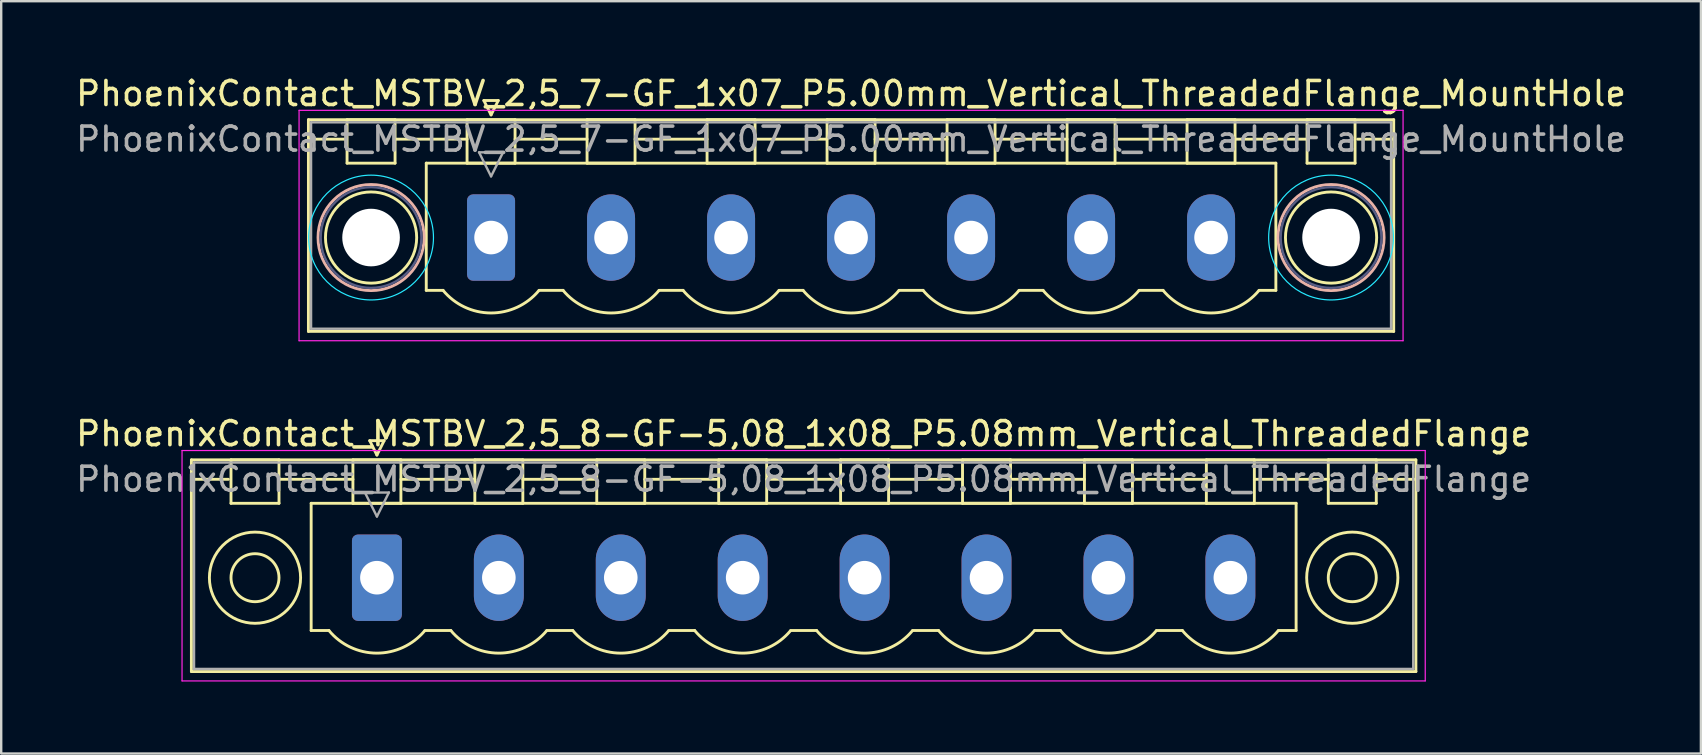
<source format=kicad_pcb>
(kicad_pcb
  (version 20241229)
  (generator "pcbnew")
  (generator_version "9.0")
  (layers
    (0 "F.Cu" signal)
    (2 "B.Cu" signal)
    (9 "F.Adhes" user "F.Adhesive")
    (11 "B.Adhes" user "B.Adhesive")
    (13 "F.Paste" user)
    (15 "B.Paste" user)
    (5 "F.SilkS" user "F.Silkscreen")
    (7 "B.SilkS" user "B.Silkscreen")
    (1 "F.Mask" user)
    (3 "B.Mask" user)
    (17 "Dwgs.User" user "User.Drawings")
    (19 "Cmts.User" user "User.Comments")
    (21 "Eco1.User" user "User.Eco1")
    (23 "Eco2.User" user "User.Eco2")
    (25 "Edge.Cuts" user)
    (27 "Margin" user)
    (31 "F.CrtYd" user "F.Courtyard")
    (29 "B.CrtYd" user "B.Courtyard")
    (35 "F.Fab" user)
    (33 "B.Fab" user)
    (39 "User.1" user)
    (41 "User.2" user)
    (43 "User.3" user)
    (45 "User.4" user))
  (footprint "PhoenixContact_MSTBV_2,5_8-GF-5,08_1x08_P5.08mm_Vertical_ThreadedFlange"
    (layer "F.Cu")
    (at 12.655 21.021)
    (property "Reference" "PhoenixContact_MSTBV_2,5_8-GF-5,08_1x08_P5.08mm_Vertical_ThreadedFlange" (at 17.78 -6 0) (layer "F.SilkS") (effects (font (size 1 1) (thickness 0.15))))
    (attr through_hole)
    (fp_line (start -7.73 -4.91) (end -7.73 3.91) (stroke (width 0.12) (type solid)) (layer "F.SilkS"))
    (fp_line (start -7.73 -4.1) (end -6.19 -4.1) (stroke (width 0.12) (type solid)) (layer "F.SilkS"))
    (fp_line (start -7.73 3.91) (end 43.29 3.91) (stroke (width 0.12) (type solid)) (layer "F.SilkS"))
    (fp_line (start -6.08 -4.91) (end -4.08 -4.91) (stroke (width 0.12) (type solid)) (layer "F.SilkS"))
    (fp_line (start -6.08 -3.1) (end -6.08 -4.91) (stroke (width 0.12) (type solid)) (layer "F.SilkS"))
    (fp_line (start -4.08 -4.91) (end -4.08 -3.1) (stroke (width 0.12) (type solid)) (layer "F.SilkS"))
    (fp_line (start -4.08 -4.1) (end -1 -4.1) (stroke (width 0.12) (type solid)) (layer "F.SilkS"))
    (fp_line (start -4.08 -3.1) (end -6.08 -3.1) (stroke (width 0.12) (type solid)) (layer "F.SilkS"))
    (fp_line (start -2.74 -3.1) (end 38.3 -3.1) (stroke (width 0.12) (type solid)) (layer "F.SilkS"))
    (fp_line (start -2.74 2.2) (end -2.74 -3.1) (stroke (width 0.12) (type solid)) (layer "F.SilkS"))
    (fp_line (start -2 2.2) (end -2.74 2.2) (stroke (width 0.12) (type solid)) (layer "F.SilkS"))
    (fp_line (start -1 -4.91) (end 1 -4.91) (stroke (width 0.12) (type solid)) (layer "F.SilkS"))
    (fp_line (start -1 -3.1) (end -1 -4.91) (stroke (width 0.12) (type solid)) (layer "F.SilkS"))
    (fp_line (start -0.3 -5.71) (end 0.3 -5.71) (stroke (width 0.12) (type solid)) (layer "F.SilkS"))
    (fp_line (start 0 -5.11) (end -0.3 -5.71) (stroke (width 0.12) (type solid)) (layer "F.SilkS"))
    (fp_line (start 0.3 -5.71) (end 0 -5.11) (stroke (width 0.12) (type solid)) (layer "F.SilkS"))
    (fp_line (start 1 -4.91) (end 1 -3.1) (stroke (width 0.12) (type solid)) (layer "F.SilkS"))
    (fp_line (start 1 -4.1) (end 4.08 -4.1) (stroke (width 0.12) (type solid)) (layer "F.SilkS"))
    (fp_line (start 1 -3.1) (end -1 -3.1) (stroke (width 0.12) (type solid)) (layer "F.SilkS"))
    (fp_line (start 2 2.2) (end 3.08 2.2) (stroke (width 0.12) (type solid)) (layer "F.SilkS"))
    (fp_line (start 4.08 -4.91) (end 6.08 -4.91) (stroke (width 0.12) (type solid)) (layer "F.SilkS"))
    (fp_line (start 4.08 -3.1) (end 4.08 -4.91) (stroke (width 0.12) (type solid)) (layer "F.SilkS"))
    (fp_line (start 6.08 -4.91) (end 6.08 -3.1) (stroke (width 0.12) (type solid)) (layer "F.SilkS"))
    (fp_line (start 6.08 -4.1) (end 9.16 -4.1) (stroke (width 0.12) (type solid)) (layer "F.SilkS"))
    (fp_line (start 6.08 -3.1) (end 4.08 -3.1) (stroke (width 0.12) (type solid)) (layer "F.SilkS"))
    (fp_line (start 7.08 2.2) (end 8.16 2.2) (stroke (width 0.12) (type solid)) (layer "F.SilkS"))
    (fp_line (start 9.16 -4.91) (end 11.16 -4.91) (stroke (width 0.12) (type solid)) (layer "F.SilkS"))
    (fp_line (start 9.16 -3.1) (end 9.16 -4.91) (stroke (width 0.12) (type solid)) (layer "F.SilkS"))
    (fp_line (start 11.16 -4.91) (end 11.16 -3.1) (stroke (width 0.12) (type solid)) (layer "F.SilkS"))
    (fp_line (start 11.16 -4.1) (end 14.24 -4.1) (stroke (width 0.12) (type solid)) (layer "F.SilkS"))
    (fp_line (start 11.16 -3.1) (end 9.16 -3.1) (stroke (width 0.12) (type solid)) (layer "F.SilkS"))
    (fp_line (start 12.16 2.2) (end 13.24 2.2) (stroke (width 0.12) (type solid)) (layer "F.SilkS"))
    (fp_line (start 14.24 -4.91) (end 16.24 -4.91) (stroke (width 0.12) (type solid)) (layer "F.SilkS"))
    (fp_line (start 14.24 -3.1) (end 14.24 -4.91) (stroke (width 0.12) (type solid)) (layer "F.SilkS"))
    (fp_line (start 16.24 -4.91) (end 16.24 -3.1) (stroke (width 0.12) (type solid)) (layer "F.SilkS"))
    (fp_line (start 16.24 -4.1) (end 19.32 -4.1) (stroke (width 0.12) (type solid)) (layer "F.SilkS"))
    (fp_line (start 16.24 -3.1) (end 14.24 -3.1) (stroke (width 0.12) (type solid)) (layer "F.SilkS"))
    (fp_line (start 17.24 2.2) (end 18.32 2.2) (stroke (width 0.12) (type solid)) (layer "F.SilkS"))
    (fp_line (start 19.32 -4.91) (end 21.32 -4.91) (stroke (width 0.12) (type solid)) (layer "F.SilkS"))
    (fp_line (start 19.32 -3.1) (end 19.32 -4.91) (stroke (width 0.12) (type solid)) (layer "F.SilkS"))
    (fp_line (start 21.32 -4.91) (end 21.32 -3.1) (stroke (width 0.12) (type solid)) (layer "F.SilkS"))
    (fp_line (start 21.32 -4.1) (end 24.4 -4.1) (stroke (width 0.12) (type solid)) (layer "F.SilkS"))
    (fp_line (start 21.32 -3.1) (end 19.32 -3.1) (stroke (width 0.12) (type solid)) (layer "F.SilkS"))
    (fp_line (start 22.32 2.2) (end 23.4 2.2) (stroke (width 0.12) (type solid)) (layer "F.SilkS"))
    (fp_line (start 24.4 -4.91) (end 26.4 -4.91) (stroke (width 0.12) (type solid)) (layer "F.SilkS"))
    (fp_line (start 24.4 -3.1) (end 24.4 -4.91) (stroke (width 0.12) (type solid)) (layer "F.SilkS"))
    (fp_line (start 26.4 -4.91) (end 26.4 -3.1) (stroke (width 0.12) (type solid)) (layer "F.SilkS"))
    (fp_line (start 26.4 -4.1) (end 29.48 -4.1) (stroke (width 0.12) (type solid)) (layer "F.SilkS"))
    (fp_line (start 26.4 -3.1) (end 24.4 -3.1) (stroke (width 0.12) (type solid)) (layer "F.SilkS"))
    (fp_line (start 27.4 2.2) (end 28.48 2.2) (stroke (width 0.12) (type solid)) (layer "F.SilkS"))
    (fp_line (start 29.48 -4.91) (end 31.48 -4.91) (stroke (width 0.12) (type solid)) (layer "F.SilkS"))
    (fp_line (start 29.48 -3.1) (end 29.48 -4.91) (stroke (width 0.12) (type solid)) (layer "F.SilkS"))
    (fp_line (start 31.48 -4.91) (end 31.48 -3.1) (stroke (width 0.12) (type solid)) (layer "F.SilkS"))
    (fp_line (start 31.48 -4.1) (end 34.56 -4.1) (stroke (width 0.12) (type solid)) (layer "F.SilkS"))
    (fp_line (start 31.48 -3.1) (end 29.48 -3.1) (stroke (width 0.12) (type solid)) (layer "F.SilkS"))
    (fp_line (start 32.48 2.2) (end 33.56 2.2) (stroke (width 0.12) (type solid)) (layer "F.SilkS"))
    (fp_line (start 34.56 -4.91) (end 36.56 -4.91) (stroke (width 0.12) (type solid)) (layer "F.SilkS"))
    (fp_line (start 34.56 -3.1) (end 34.56 -4.91) (stroke (width 0.12) (type solid)) (layer "F.SilkS"))
    (fp_line (start 36.56 -4.91) (end 36.56 -3.1) (stroke (width 0.12) (type solid)) (layer "F.SilkS"))
    (fp_line (start 36.56 -4.1) (end 39.64 -4.1) (stroke (width 0.12) (type solid)) (layer "F.SilkS"))
    (fp_line (start 36.56 -3.1) (end 34.56 -3.1) (stroke (width 0.12) (type solid)) (layer "F.SilkS"))
    (fp_line (start 38.3 -3.1) (end 38.3 2.2) (stroke (width 0.12) (type solid)) (layer "F.SilkS"))
    (fp_line (start 38.3 2.2) (end 37.56 2.2) (stroke (width 0.12) (type solid)) (layer "F.SilkS"))
    (fp_line (start 39.64 -4.91) (end 41.64 -4.91) (stroke (width 0.12) (type solid)) (layer "F.SilkS"))
    (fp_line (start 39.64 -3.1) (end 39.64 -4.91) (stroke (width 0.12) (type solid)) (layer "F.SilkS"))
    (fp_line (start 41.64 -4.91) (end 41.64 -3.1) (stroke (width 0.12) (type solid)) (layer "F.SilkS"))
    (fp_line (start 41.64 -3.1) (end 39.64 -3.1) (stroke (width 0.12) (type solid)) (layer "F.SilkS"))
    (fp_line (start 43.29 -4.91) (end -7.73 -4.91) (stroke (width 0.12) (type solid)) (layer "F.SilkS"))
    (fp_line (start 43.29 -4.1) (end 41.75 -4.1) (stroke (width 0.12) (type solid)) (layer "F.SilkS"))
    (fp_line (start 43.29 3.91) (end 43.29 -4.91) (stroke (width 0.12) (type solid)) (layer "F.SilkS"))
    (fp_arc (start 1.986842 2.215821) (mid -0.010289 3.142758) (end -2 2.2) (stroke (width 0.12) (type solid)) (layer "F.SilkS"))
    (fp_arc (start 7.066842 2.215821) (mid 5.069711 3.142758) (end 3.08 2.2) (stroke (width 0.12) (type solid)) (layer "F.SilkS"))
    (fp_arc (start 12.146842 2.215821) (mid 10.149711 3.142758) (end 8.16 2.2) (stroke (width 0.12) (type solid)) (layer "F.SilkS"))
    (fp_arc (start 17.226842 2.215821) (mid 15.229711 3.142758) (end 13.24 2.2) (stroke (width 0.12) (type solid)) (layer "F.SilkS"))
    (fp_arc (start 22.306842 2.215821) (mid 20.309711 3.142758) (end 18.32 2.2) (stroke (width 0.12) (type solid)) (layer "F.SilkS"))
    (fp_arc (start 27.386842 2.215821) (mid 25.389711 3.142758) (end 23.4 2.2) (stroke (width 0.12) (type solid)) (layer "F.SilkS"))
    (fp_arc (start 32.466842 2.215821) (mid 30.469711 3.142758) (end 28.48 2.2) (stroke (width 0.12) (type solid)) (layer "F.SilkS"))
    (fp_arc (start 37.546842 2.215821) (mid 35.549711 3.142758) (end 33.56 2.2) (stroke (width 0.12) (type solid)) (layer "F.SilkS"))
    (fp_circle (center -5.08 0) (end -4.08 0) (stroke (width 0.12) (type solid)) (fill no) (layer "F.SilkS"))
    (fp_circle (center -5.08 0) (end -3.18 0) (stroke (width 0.12) (type solid)) (fill no) (layer "F.SilkS"))
    (fp_circle (center 40.64 0) (end 41.64 0) (stroke (width 0.12) (type solid)) (fill no) (layer "F.SilkS"))
    (fp_circle (center 40.64 0) (end 42.54 0) (stroke (width 0.12) (type solid)) (fill no) (layer "F.SilkS"))
    (fp_line (start -8.12 -5.3) (end -8.12 4.3) (stroke (width 0.05) (type solid)) (layer "F.CrtYd"))
    (fp_line (start -8.12 4.3) (end 43.68 4.3) (stroke (width 0.05) (type solid)) (layer "F.CrtYd"))
    (fp_line (start 43.68 -5.3) (end -8.12 -5.3) (stroke (width 0.05) (type solid)) (layer "F.CrtYd"))
    (fp_line (start 43.68 4.3) (end 43.68 -5.3) (stroke (width 0.05) (type solid)) (layer "F.CrtYd"))
    (fp_line (start -7.62 -4.8) (end -7.62 3.8) (stroke (width 0.1) (type solid)) (layer "F.Fab"))
    (fp_line (start -7.62 3.8) (end 43.18 3.8) (stroke (width 0.1) (type solid)) (layer "F.Fab"))
    (fp_line (start -0.5 -3.55) (end 0.5 -3.55) (stroke (width 0.1) (type solid)) (layer "F.Fab"))
    (fp_line (start 0 -2.55) (end -0.5 -3.55) (stroke (width 0.1) (type solid)) (layer "F.Fab"))
    (fp_line (start 0.5 -3.55) (end 0 -2.55) (stroke (width 0.1) (type solid)) (layer "F.Fab"))
    (fp_line (start 43.18 -4.8) (end -7.62 -4.8) (stroke (width 0.1) (type solid)) (layer "F.Fab"))
    (fp_line (start 43.18 3.8) (end 43.18 -4.8) (stroke (width 0.1) (type solid)) (layer "F.Fab"))
    (fp_text user "${REFERENCE}" (at 17.78 -4.1 0) (layer "F.Fab") (effects (font (size 1 1) (thickness 0.15))))
    (pad "1" thru_hole roundrect (at 0 0) (size 2.08 3.6) (drill 1.4) (layers "*.Cu" "*.Mask") (roundrect_rratio 0.12))
    (pad "2" thru_hole oval (at 5.08 0) (size 2.08 3.6) (drill 1.4) (layers "*.Cu" "*.Mask"))
    (pad "3" thru_hole oval (at 10.16 0) (size 2.08 3.6) (drill 1.4) (layers "*.Cu" "*.Mask"))
    (pad "4" thru_hole oval (at 15.24 0) (size 2.08 3.6) (drill 1.4) (layers "*.Cu" "*.Mask"))
    (pad "5" thru_hole oval (at 20.32 0) (size 2.08 3.6) (drill 1.4) (layers "*.Cu" "*.Mask"))
    (pad "6" thru_hole oval (at 25.4 0) (size 2.08 3.6) (drill 1.4) (layers "*.Cu" "*.Mask"))
    (pad "7" thru_hole oval (at 30.48 0) (size 2.08 3.6) (drill 1.4) (layers "*.Cu" "*.Mask"))
    (pad "8" thru_hole oval (at 35.56 0) (size 2.08 3.6) (drill 1.4) (layers "*.Cu" "*.Mask")))
  (footprint "PhoenixContact_MSTBV_2,5_7-GF_1x07_P5.00mm_Vertical_ThreadedFlange_MountHole"
    (layer "F.Cu")
    (at 17.411 6.848)
    (property "Reference" "PhoenixContact_MSTBV_2,5_7-GF_1x07_P5.00mm_Vertical_ThreadedFlange_MountHole" (at 15 -6 0) (layer "F.SilkS") (effects (font (size 1 1) (thickness 0.15))))
    (attr through_hole)
    (fp_line (start -7.61 -4.91) (end -7.61 3.91) (stroke (width 0.12) (type solid)) (layer "F.SilkS"))
    (fp_line (start -7.61 -4.1) (end -6.11 -4.1) (stroke (width 0.12) (type solid)) (layer "F.SilkS"))
    (fp_line (start -7.61 3.91) (end 37.61 3.91) (stroke (width 0.12) (type solid)) (layer "F.SilkS"))
    (fp_line (start -6 -4.91) (end -4 -4.91) (stroke (width 0.12) (type solid)) (layer "F.SilkS"))
    (fp_line (start -6 -3.1) (end -6 -4.91) (stroke (width 0.12) (type solid)) (layer "F.SilkS"))
    (fp_line (start -4 -4.91) (end -4 -3.1) (stroke (width 0.12) (type solid)) (layer "F.SilkS"))
    (fp_line (start -4 -4.1) (end -1 -4.1) (stroke (width 0.12) (type solid)) (layer "F.SilkS"))
    (fp_line (start -4 -3.1) (end -6 -3.1) (stroke (width 0.12) (type solid)) (layer "F.SilkS"))
    (fp_line (start -2.7 -3.1) (end 32.7 -3.1) (stroke (width 0.12) (type solid)) (layer "F.SilkS"))
    (fp_line (start -2.7 2.2) (end -2.7 -3.1) (stroke (width 0.12) (type solid)) (layer "F.SilkS"))
    (fp_line (start -2 2.2) (end -2.7 2.2) (stroke (width 0.12) (type solid)) (layer "F.SilkS"))
    (fp_line (start -1 -4.91) (end 1 -4.91) (stroke (width 0.12) (type solid)) (layer "F.SilkS"))
    (fp_line (start -1 -3.1) (end -1 -4.91) (stroke (width 0.12) (type solid)) (layer "F.SilkS"))
    (fp_line (start -0.3 -5.71) (end 0.3 -5.71) (stroke (width 0.12) (type solid)) (layer "F.SilkS"))
    (fp_line (start 0 -5.11) (end -0.3 -5.71) (stroke (width 0.12) (type solid)) (layer "F.SilkS"))
    (fp_line (start 0.3 -5.71) (end 0 -5.11) (stroke (width 0.12) (type solid)) (layer "F.SilkS"))
    (fp_line (start 1 -4.91) (end 1 -3.1) (stroke (width 0.12) (type solid)) (layer "F.SilkS"))
    (fp_line (start 1 -4.1) (end 4 -4.1) (stroke (width 0.12) (type solid)) (layer "F.SilkS"))
    (fp_line (start 1 -3.1) (end -1 -3.1) (stroke (width 0.12) (type solid)) (layer "F.SilkS"))
    (fp_line (start 2 2.2) (end 3 2.2) (stroke (width 0.12) (type solid)) (layer "F.SilkS"))
    (fp_line (start 4 -4.91) (end 6 -4.91) (stroke (width 0.12) (type solid)) (layer "F.SilkS"))
    (fp_line (start 4 -3.1) (end 4 -4.91) (stroke (width 0.12) (type solid)) (layer "F.SilkS"))
    (fp_line (start 6 -4.91) (end 6 -3.1) (stroke (width 0.12) (type solid)) (layer "F.SilkS"))
    (fp_line (start 6 -4.1) (end 9 -4.1) (stroke (width 0.12) (type solid)) (layer "F.SilkS"))
    (fp_line (start 6 -3.1) (end 4 -3.1) (stroke (width 0.12) (type solid)) (layer "F.SilkS"))
    (fp_line (start 7 2.2) (end 8 2.2) (stroke (width 0.12) (type solid)) (layer "F.SilkS"))
    (fp_line (start 9 -4.91) (end 11 -4.91) (stroke (width 0.12) (type solid)) (layer "F.SilkS"))
    (fp_line (start 9 -3.1) (end 9 -4.91) (stroke (width 0.12) (type solid)) (layer "F.SilkS"))
    (fp_line (start 11 -4.91) (end 11 -3.1) (stroke (width 0.12) (type solid)) (layer "F.SilkS"))
    (fp_line (start 11 -4.1) (end 14 -4.1) (stroke (width 0.12) (type solid)) (layer "F.SilkS"))
    (fp_line (start 11 -3.1) (end 9 -3.1) (stroke (width 0.12) (type solid)) (layer "F.SilkS"))
    (fp_line (start 12 2.2) (end 13 2.2) (stroke (width 0.12) (type solid)) (layer "F.SilkS"))
    (fp_line (start 14 -4.91) (end 16 -4.91) (stroke (width 0.12) (type solid)) (layer "F.SilkS"))
    (fp_line (start 14 -3.1) (end 14 -4.91) (stroke (width 0.12) (type solid)) (layer "F.SilkS"))
    (fp_line (start 16 -4.91) (end 16 -3.1) (stroke (width 0.12) (type solid)) (layer "F.SilkS"))
    (fp_line (start 16 -4.1) (end 19 -4.1) (stroke (width 0.12) (type solid)) (layer "F.SilkS"))
    (fp_line (start 16 -3.1) (end 14 -3.1) (stroke (width 0.12) (type solid)) (layer "F.SilkS"))
    (fp_line (start 17 2.2) (end 18 2.2) (stroke (width 0.12) (type solid)) (layer "F.SilkS"))
    (fp_line (start 19 -4.91) (end 21 -4.91) (stroke (width 0.12) (type solid)) (layer "F.SilkS"))
    (fp_line (start 19 -3.1) (end 19 -4.91) (stroke (width 0.12) (type solid)) (layer "F.SilkS"))
    (fp_line (start 21 -4.91) (end 21 -3.1) (stroke (width 0.12) (type solid)) (layer "F.SilkS"))
    (fp_line (start 21 -4.1) (end 24 -4.1) (stroke (width 0.12) (type solid)) (layer "F.SilkS"))
    (fp_line (start 21 -3.1) (end 19 -3.1) (stroke (width 0.12) (type solid)) (layer "F.SilkS"))
    (fp_line (start 22 2.2) (end 23 2.2) (stroke (width 0.12) (type solid)) (layer "F.SilkS"))
    (fp_line (start 24 -4.91) (end 26 -4.91) (stroke (width 0.12) (type solid)) (layer "F.SilkS"))
    (fp_line (start 24 -3.1) (end 24 -4.91) (stroke (width 0.12) (type solid)) (layer "F.SilkS"))
    (fp_line (start 26 -4.91) (end 26 -3.1) (stroke (width 0.12) (type solid)) (layer "F.SilkS"))
    (fp_line (start 26 -4.1) (end 29 -4.1) (stroke (width 0.12) (type solid)) (layer "F.SilkS"))
    (fp_line (start 26 -3.1) (end 24 -3.1) (stroke (width 0.12) (type solid)) (layer "F.SilkS"))
    (fp_line (start 27 2.2) (end 28 2.2) (stroke (width 0.12) (type solid)) (layer "F.SilkS"))
    (fp_line (start 29 -4.91) (end 31 -4.91) (stroke (width 0.12) (type solid)) (layer "F.SilkS"))
    (fp_line (start 29 -3.1) (end 29 -4.91) (stroke (width 0.12) (type solid)) (layer "F.SilkS"))
    (fp_line (start 31 -4.91) (end 31 -3.1) (stroke (width 0.12) (type solid)) (layer "F.SilkS"))
    (fp_line (start 31 -4.1) (end 34 -4.1) (stroke (width 0.12) (type solid)) (layer "F.SilkS"))
    (fp_line (start 31 -3.1) (end 29 -3.1) (stroke (width 0.12) (type solid)) (layer "F.SilkS"))
    (fp_line (start 32.7 -3.1) (end 32.7 2.2) (stroke (width 0.12) (type solid)) (layer "F.SilkS"))
    (fp_line (start 32.7 2.2) (end 32 2.2) (stroke (width 0.12) (type solid)) (layer "F.SilkS"))
    (fp_line (start 34 -4.91) (end 36 -4.91) (stroke (width 0.12) (type solid)) (layer "F.SilkS"))
    (fp_line (start 34 -3.1) (end 34 -4.91) (stroke (width 0.12) (type solid)) (layer "F.SilkS"))
    (fp_line (start 36 -4.91) (end 36 -3.1) (stroke (width 0.12) (type solid)) (layer "F.SilkS"))
    (fp_line (start 36 -3.1) (end 34 -3.1) (stroke (width 0.12) (type solid)) (layer "F.SilkS"))
    (fp_line (start 37.61 -4.91) (end -7.61 -4.91) (stroke (width 0.12) (type solid)) (layer "F.SilkS"))
    (fp_line (start 37.61 -4.1) (end 36.11 -4.1) (stroke (width 0.12) (type solid)) (layer "F.SilkS"))
    (fp_line (start 37.61 3.91) (end 37.61 -4.91) (stroke (width 0.12) (type solid)) (layer "F.SilkS"))
    (fp_arc (start 1.986842 2.215821) (mid -0.010289 3.142758) (end -2 2.2) (stroke (width 0.12) (type solid)) (layer "F.SilkS"))
    (fp_arc (start 6.986842 2.215821) (mid 4.989711 3.142758) (end 3 2.2) (stroke (width 0.12) (type solid)) (layer "F.SilkS"))
    (fp_arc (start 11.986842 2.215821) (mid 9.989711 3.142758) (end 8 2.2) (stroke (width 0.12) (type solid)) (layer "F.SilkS"))
    (fp_arc (start 16.986842 2.215821) (mid 14.989711 3.142758) (end 13 2.2) (stroke (width 0.12) (type solid)) (layer "F.SilkS"))
    (fp_arc (start 21.986842 2.215821) (mid 19.989711 3.142758) (end 18 2.2) (stroke (width 0.12) (type solid)) (layer "F.SilkS"))
    (fp_arc (start 26.986842 2.215821) (mid 24.989711 3.142758) (end 23 2.2) (stroke (width 0.12) (type solid)) (layer "F.SilkS"))
    (fp_arc (start 31.986842 2.215821) (mid 29.989711 3.142758) (end 28 2.2) (stroke (width 0.12) (type solid)) (layer "F.SilkS"))
    (fp_circle (center -5 0) (end -3.1 0) (stroke (width 0.12) (type solid)) (fill no) (layer "F.SilkS"))
    (fp_circle (center 35 0) (end 36.9 0) (stroke (width 0.12) (type solid)) (fill no) (layer "F.SilkS"))
    (fp_circle (center -5 0) (end -2.79 0) (stroke (width 0.12) (type solid)) (fill no) (layer "B.SilkS"))
    (fp_circle (center 35 0) (end 37.21 0) (stroke (width 0.12) (type solid)) (fill no) (layer "B.SilkS"))
    (fp_circle (center -5 0) (end -2.4 0) (stroke (width 0.05) (type solid)) (fill no) (layer "B.CrtYd"))
    (fp_circle (center 35 0) (end 37.6 0) (stroke (width 0.05) (type solid)) (fill no) (layer "B.CrtYd"))
    (fp_line (start -8 -5.3) (end -8 4.3) (stroke (width 0.05) (type solid)) (layer "F.CrtYd"))
    (fp_line (start -8 4.3) (end 38 4.3) (stroke (width 0.05) (type solid)) (layer "F.CrtYd"))
    (fp_line (start 38 -5.3) (end -8 -5.3) (stroke (width 0.05) (type solid)) (layer "F.CrtYd"))
    (fp_line (start 38 4.3) (end 38 -5.3) (stroke (width 0.05) (type solid)) (layer "F.CrtYd"))
    (fp_circle (center -5 0) (end -2.9 0) (stroke (width 0.1) (type solid)) (fill no) (layer "B.Fab"))
    (fp_circle (center 35 0) (end 37.1 0) (stroke (width 0.1) (type solid)) (fill no) (layer "B.Fab"))
    (fp_line (start -7.5 -4.8) (end -7.5 3.8) (stroke (width 0.1) (type solid)) (layer "F.Fab"))
    (fp_line (start -7.5 3.8) (end 37.5 3.8) (stroke (width 0.1) (type solid)) (layer "F.Fab"))
    (fp_line (start -0.5 -3.55) (end 0.5 -3.55) (stroke (width 0.1) (type solid)) (layer "F.Fab"))
    (fp_line (start 0 -2.55) (end -0.5 -3.55) (stroke (width 0.1) (type solid)) (layer "F.Fab"))
    (fp_line (start 0.5 -3.55) (end 0 -2.55) (stroke (width 0.1) (type solid)) (layer "F.Fab"))
    (fp_line (start 37.5 -4.8) (end -7.5 -4.8) (stroke (width 0.1) (type solid)) (layer "F.Fab"))
    (fp_line (start 37.5 3.8) (end 37.5 -4.8) (stroke (width 0.1) (type solid)) (layer "F.Fab"))
    (fp_text user "${REFERENCE}" (at 15 -4.1 0) (layer "F.Fab") (effects (font (size 1 1) (thickness 0.15))))
    (pad "" np_thru_hole circle (at -5 0) (size 2.4 2.4) (drill 2.4) (layers "*.Cu" "*.Mask"))
    (pad "" np_thru_hole circle (at 35 0) (size 2.4 2.4) (drill 2.4) (layers "*.Cu" "*.Mask"))
    (pad "1" thru_hole roundrect (at 0 0) (size 2 3.6) (drill 1.4) (layers "*.Cu" "*.Mask") (roundrect_rratio 0.125))
    (pad "2" thru_hole oval (at 5 0) (size 2 3.6) (drill 1.4) (layers "*.Cu" "*.Mask"))
    (pad "3" thru_hole oval (at 10 0) (size 2 3.6) (drill 1.4) (layers "*.Cu" "*.Mask"))
    (pad "4" thru_hole oval (at 15 0) (size 2 3.6) (drill 1.4) (layers "*.Cu" "*.Mask"))
    (pad "5" thru_hole oval (at 20 0) (size 2 3.6) (drill 1.4) (layers "*.Cu" "*.Mask"))
    (pad "6" thru_hole oval (at 25 0) (size 2 3.6) (drill 1.4) (layers "*.Cu" "*.Mask"))
    (pad "7" thru_hole oval (at 30 0) (size 2 3.6) (drill 1.4) (layers "*.Cu" "*.Mask")))
  (gr_rect
    (start -3 -3)
    (end 67.821 28.346)
    (stroke (width 0.1) (type default))
    (fill no)
    (layer "Edge.Cuts")))
</source>
